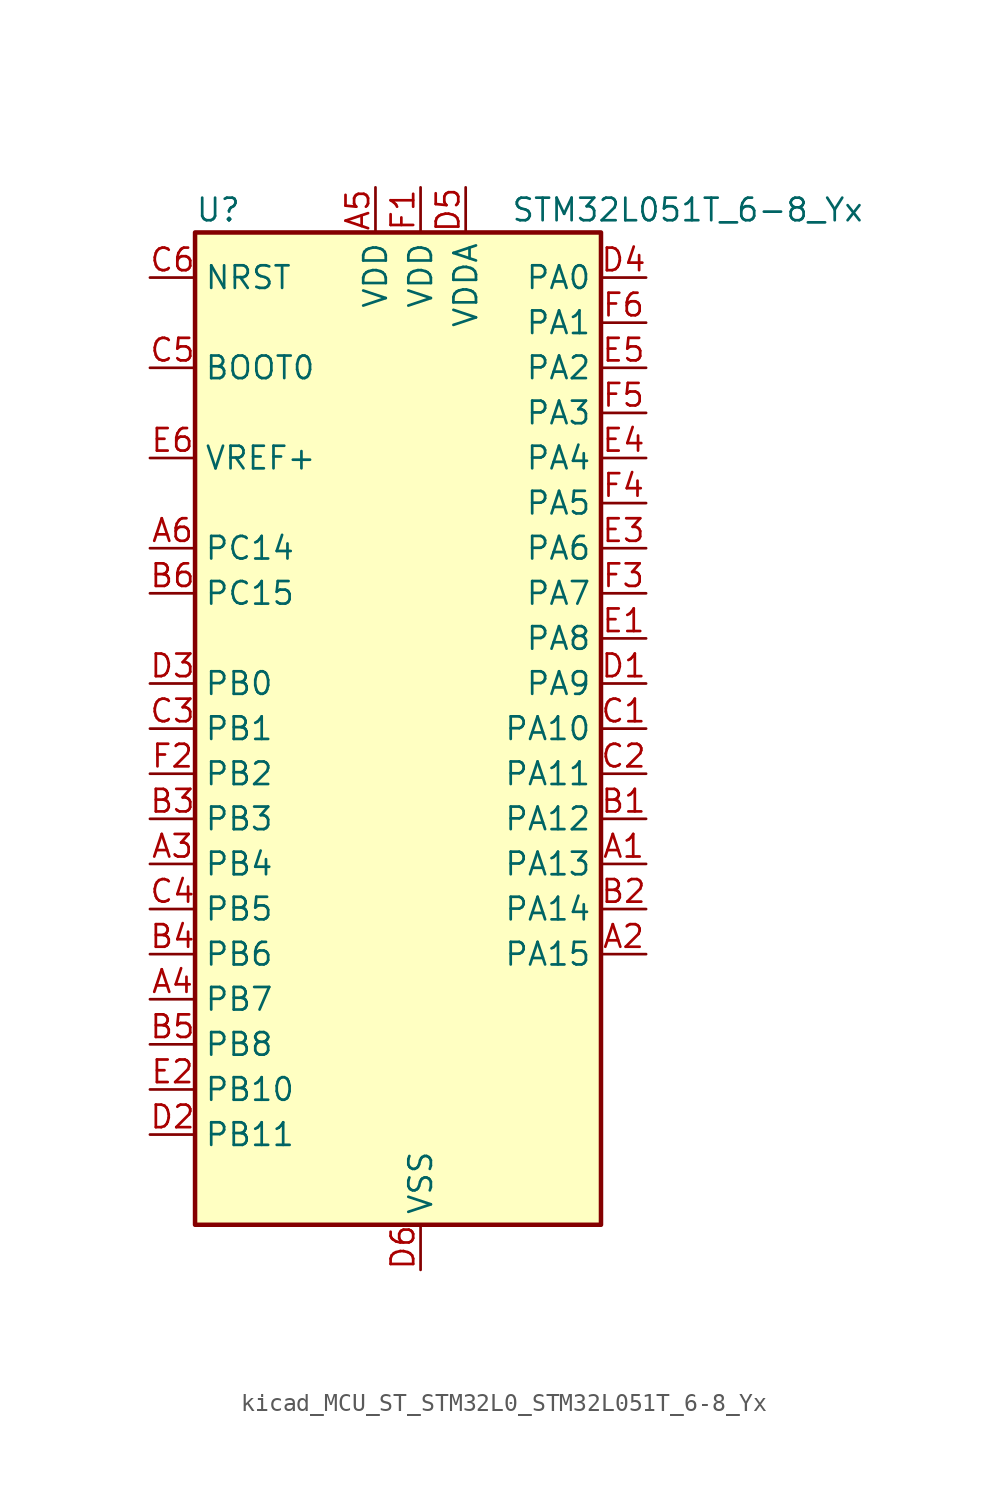
<source format=kicad_sym>
(kicad_symbol_lib
  (version 20220914)
  (generator kicad_symbol_editor)
  (symbol "kicad_MCU_ST_STM32L0_STM32L051T_6-8_Yx"
    (property "Reference" "U"
      (at -10.16 29.21 0)
      (effects (font (size 1.27 1.27)) (justify left)))
    (property "Value" "STM32L051T_6-8_Yx"
      (at 7.62 29.21 0)
      (effects (font (size 1.27 1.27)) (justify left)))
    (property "ki_locked" ""
      (at 0 0 0)
      (effects (font (size 1.27 1.27))))
    (symbol "kicad_MCU_ST_STM32L0_STM32L051T_6-8_Yx_0_1"
      (rectangle (start -10.16 -27.94) (end 12.7 27.94) (stroke (width 0.254) (type default)) (fill (type background))))
    (symbol "kicad_MCU_ST_STM32L0_STM32L051T_6-8_Yx_1_1"
      (pin bidirectional line (at 15.24 -7.62 180) (length 2.54) (name "PA13" (effects (font (size 1.27 1.27)))) (number "A1" (effects (font (size 1.27 1.27)))) (alternate "SYS_SWDIO" bidirectional line))
      (pin bidirectional line (at 15.24 -12.7 180) (length 2.54) (name "PA15" (effects (font (size 1.27 1.27)))) (number "A2" (effects (font (size 1.27 1.27)))) (alternate "SPI1_NSS" bidirectional line) (alternate "TIM2_CH1" bidirectional line) (alternate "TIM2_ETR" bidirectional line) (alternate "USART2_RX" bidirectional line))
      (pin bidirectional line (at -12.7 -7.62 0) (length 2.54) (name "PB4" (effects (font (size 1.27 1.27)))) (number "A3" (effects (font (size 1.27 1.27)))) (alternate "COMP2_INP" bidirectional line) (alternate "SPI1_MISO" bidirectional line) (alternate "TIM22_CH1" bidirectional line))
      (pin bidirectional line (at -12.7 -15.24 0) (length 2.54) (name "PB7" (effects (font (size 1.27 1.27)))) (number "A4" (effects (font (size 1.27 1.27)))) (alternate "COMP2_INP" bidirectional line) (alternate "I2C1_SDA" bidirectional line) (alternate "LPTIM1_IN2" bidirectional line) (alternate "SYS_PVD_IN" bidirectional line) (alternate "USART1_RX" bidirectional line))
      (pin power_in line (at 0 30.48 270) (length 2.54) (name "VDD" (effects (font (size 1.27 1.27)))) (number "A5" (effects (font (size 1.27 1.27)))))
      (pin bidirectional line (at -12.7 10.16 0) (length 2.54) (name "PC14" (effects (font (size 1.27 1.27)))) (number "A6" (effects (font (size 1.27 1.27)))) (alternate "RCC_OSC32_IN" bidirectional line))
      (pin bidirectional line (at 15.24 -5.08 180) (length 2.54) (name "PA12" (effects (font (size 1.27 1.27)))) (number "B1" (effects (font (size 1.27 1.27)))) (alternate "COMP2_OUT" bidirectional line) (alternate "SPI1_MOSI" bidirectional line) (alternate "USART1_DE" bidirectional line) (alternate "USART1_RTS" bidirectional line))
      (pin bidirectional line (at 15.24 -10.16 180) (length 2.54) (name "PA14" (effects (font (size 1.27 1.27)))) (number "B2" (effects (font (size 1.27 1.27)))) (alternate "SYS_SWCLK" bidirectional line) (alternate "USART2_TX" bidirectional line))
      (pin bidirectional line (at -12.7 -5.08 0) (length 2.54) (name "PB3" (effects (font (size 1.27 1.27)))) (number "B3" (effects (font (size 1.27 1.27)))) (alternate "COMP2_INM" bidirectional line) (alternate "SPI1_SCK" bidirectional line) (alternate "TIM2_CH2" bidirectional line))
      (pin bidirectional line (at -12.7 -12.7 0) (length 2.54) (name "PB6" (effects (font (size 1.27 1.27)))) (number "B4" (effects (font (size 1.27 1.27)))) (alternate "COMP2_INP" bidirectional line) (alternate "I2C1_SCL" bidirectional line) (alternate "LPTIM1_ETR" bidirectional line) (alternate "USART1_TX" bidirectional line))
      (pin bidirectional line (at -12.7 -17.78 0) (length 2.54) (name "PB8" (effects (font (size 1.27 1.27)))) (number "B5" (effects (font (size 1.27 1.27)))) (alternate "I2C1_SCL" bidirectional line))
      (pin bidirectional line (at -12.7 7.62 0) (length 2.54) (name "PC15" (effects (font (size 1.27 1.27)))) (number "B6" (effects (font (size 1.27 1.27)))) (alternate "RCC_OSC32_OUT" bidirectional line))
      (pin bidirectional line (at 15.24 0 180) (length 2.54) (name "PA10" (effects (font (size 1.27 1.27)))) (number "C1" (effects (font (size 1.27 1.27)))) (alternate "USART1_RX" bidirectional line))
      (pin bidirectional line (at 15.24 -2.54 180) (length 2.54) (name "PA11" (effects (font (size 1.27 1.27)))) (number "C2" (effects (font (size 1.27 1.27)))) (alternate "ADC_EXTI11" bidirectional line) (alternate "COMP1_OUT" bidirectional line) (alternate "SPI1_MISO" bidirectional line) (alternate "USART1_CTS" bidirectional line))
      (pin bidirectional line (at -12.7 0 0) (length 2.54) (name "PB1" (effects (font (size 1.27 1.27)))) (number "C3" (effects (font (size 1.27 1.27)))) (alternate "ADC_IN9" bidirectional line) (alternate "LPUART1_DE" bidirectional line) (alternate "LPUART1_RTS" bidirectional line) (alternate "SYS_VREF_OUT_PB1" bidirectional line))
      (pin bidirectional line (at -12.7 -10.16 0) (length 2.54) (name "PB5" (effects (font (size 1.27 1.27)))) (number "C4" (effects (font (size 1.27 1.27)))) (alternate "COMP2_INP" bidirectional line) (alternate "I2C1_SMBA" bidirectional line) (alternate "LPTIM1_IN1" bidirectional line) (alternate "SPI1_MOSI" bidirectional line) (alternate "TIM22_CH2" bidirectional line))
      (pin input line (at -12.7 20.32 0) (length 2.54) (name "BOOT0" (effects (font (size 1.27 1.27)))) (number "C5" (effects (font (size 1.27 1.27)))))
      (pin input line (at -12.7 25.4 0) (length 2.54) (name "NRST" (effects (font (size 1.27 1.27)))) (number "C6" (effects (font (size 1.27 1.27)))))
      (pin bidirectional line (at 15.24 2.54 180) (length 2.54) (name "PA9" (effects (font (size 1.27 1.27)))) (number "D1" (effects (font (size 1.27 1.27)))) (alternate "RCC_MCO" bidirectional line) (alternate "USART1_TX" bidirectional line))
      (pin bidirectional line (at -12.7 -22.86 0) (length 2.54) (name "PB11" (effects (font (size 1.27 1.27)))) (number "D2" (effects (font (size 1.27 1.27)))) (alternate "ADC_EXTI11" bidirectional line) (alternate "I2C2_SDA" bidirectional line) (alternate "LPUART1_RX" bidirectional line) (alternate "TIM2_CH4" bidirectional line))
      (pin bidirectional line (at -12.7 2.54 0) (length 2.54) (name "PB0" (effects (font (size 1.27 1.27)))) (number "D3" (effects (font (size 1.27 1.27)))) (alternate "ADC_IN8" bidirectional line) (alternate "SYS_VREF_OUT_PB0" bidirectional line))
      (pin bidirectional line (at 15.24 25.4 180) (length 2.54) (name "PA0" (effects (font (size 1.27 1.27)))) (number "D4" (effects (font (size 1.27 1.27)))) (alternate "ADC_IN0" bidirectional line) (alternate "COMP1_INM" bidirectional line) (alternate "COMP1_OUT" bidirectional line) (alternate "RTC_TAMP2" bidirectional line) (alternate "SYS_WKUP1" bidirectional line) (alternate "TIM2_CH1" bidirectional line) (alternate "TIM2_ETR" bidirectional line) (alternate "USART2_CTS" bidirectional line))
      (pin power_in line (at 5.08 30.48 270) (length 2.54) (name "VDDA" (effects (font (size 1.27 1.27)))) (number "D5" (effects (font (size 1.27 1.27)))))
      (pin power_in line (at 2.54 -30.48 90) (length 2.54) (name "VSS" (effects (font (size 1.27 1.27)))) (number "D6" (effects (font (size 1.27 1.27)))))
      (pin bidirectional line (at 15.24 5.08 180) (length 2.54) (name "PA8" (effects (font (size 1.27 1.27)))) (number "E1" (effects (font (size 1.27 1.27)))) (alternate "CRS_SYNC" bidirectional line) (alternate "RCC_MCO" bidirectional line) (alternate "USART1_CK" bidirectional line))
      (pin bidirectional line (at -12.7 -20.32 0) (length 2.54) (name "PB10" (effects (font (size 1.27 1.27)))) (number "E2" (effects (font (size 1.27 1.27)))) (alternate "I2C2_SCL" bidirectional line) (alternate "LPUART1_TX" bidirectional line) (alternate "TIM2_CH3" bidirectional line))
      (pin bidirectional line (at 15.24 10.16 180) (length 2.54) (name "PA6" (effects (font (size 1.27 1.27)))) (number "E3" (effects (font (size 1.27 1.27)))) (alternate "ADC_IN6" bidirectional line) (alternate "COMP1_OUT" bidirectional line) (alternate "LPUART1_CTS" bidirectional line) (alternate "SPI1_MISO" bidirectional line) (alternate "TIM22_CH1" bidirectional line))
      (pin bidirectional line (at 15.24 15.24 180) (length 2.54) (name "PA4" (effects (font (size 1.27 1.27)))) (number "E4" (effects (font (size 1.27 1.27)))) (alternate "ADC_IN4" bidirectional line) (alternate "COMP1_INM" bidirectional line) (alternate "COMP2_INM" bidirectional line) (alternate "SPI1_NSS" bidirectional line) (alternate "TIM22_ETR" bidirectional line) (alternate "USART2_CK" bidirectional line))
      (pin bidirectional line (at 15.24 20.32 180) (length 2.54) (name "PA2" (effects (font (size 1.27 1.27)))) (number "E5" (effects (font (size 1.27 1.27)))) (alternate "ADC_IN2" bidirectional line) (alternate "COMP2_INM" bidirectional line) (alternate "COMP2_OUT" bidirectional line) (alternate "TIM21_CH1" bidirectional line) (alternate "TIM2_CH3" bidirectional line) (alternate "USART2_TX" bidirectional line))
      (pin input line (at -12.7 15.24 0) (length 2.54) (name "VREF+" (effects (font (size 1.27 1.27)))) (number "E6" (effects (font (size 1.27 1.27)))))
      (pin power_in line (at 2.54 30.48 270) (length 2.54) (name "VDD" (effects (font (size 1.27 1.27)))) (number "F1" (effects (font (size 1.27 1.27)))))
      (pin bidirectional line (at -12.7 -2.54 0) (length 2.54) (name "PB2" (effects (font (size 1.27 1.27)))) (number "F2" (effects (font (size 1.27 1.27)))) (alternate "LPTIM1_OUT" bidirectional line))
      (pin bidirectional line (at 15.24 7.62 180) (length 2.54) (name "PA7" (effects (font (size 1.27 1.27)))) (number "F3" (effects (font (size 1.27 1.27)))) (alternate "ADC_IN7" bidirectional line) (alternate "COMP2_OUT" bidirectional line) (alternate "SPI1_MOSI" bidirectional line) (alternate "TIM22_CH2" bidirectional line))
      (pin bidirectional line (at 15.24 12.7 180) (length 2.54) (name "PA5" (effects (font (size 1.27 1.27)))) (number "F4" (effects (font (size 1.27 1.27)))) (alternate "ADC_IN5" bidirectional line) (alternate "COMP1_INM" bidirectional line) (alternate "COMP2_INM" bidirectional line) (alternate "SPI1_SCK" bidirectional line) (alternate "TIM2_CH1" bidirectional line) (alternate "TIM2_ETR" bidirectional line))
      (pin bidirectional line (at 15.24 17.78 180) (length 2.54) (name "PA3" (effects (font (size 1.27 1.27)))) (number "F5" (effects (font (size 1.27 1.27)))) (alternate "ADC_IN3" bidirectional line) (alternate "COMP2_INP" bidirectional line) (alternate "TIM21_CH2" bidirectional line) (alternate "TIM2_CH4" bidirectional line) (alternate "USART2_RX" bidirectional line))
      (pin bidirectional line (at 15.24 22.86 180) (length 2.54) (name "PA1" (effects (font (size 1.27 1.27)))) (number "F6" (effects (font (size 1.27 1.27)))) (alternate "ADC_IN1" bidirectional line) (alternate "COMP1_INP" bidirectional line) (alternate "TIM21_ETR" bidirectional line) (alternate "TIM2_CH2" bidirectional line) (alternate "USART2_DE" bidirectional line) (alternate "USART2_RTS" bidirectional line)))))
</source>
